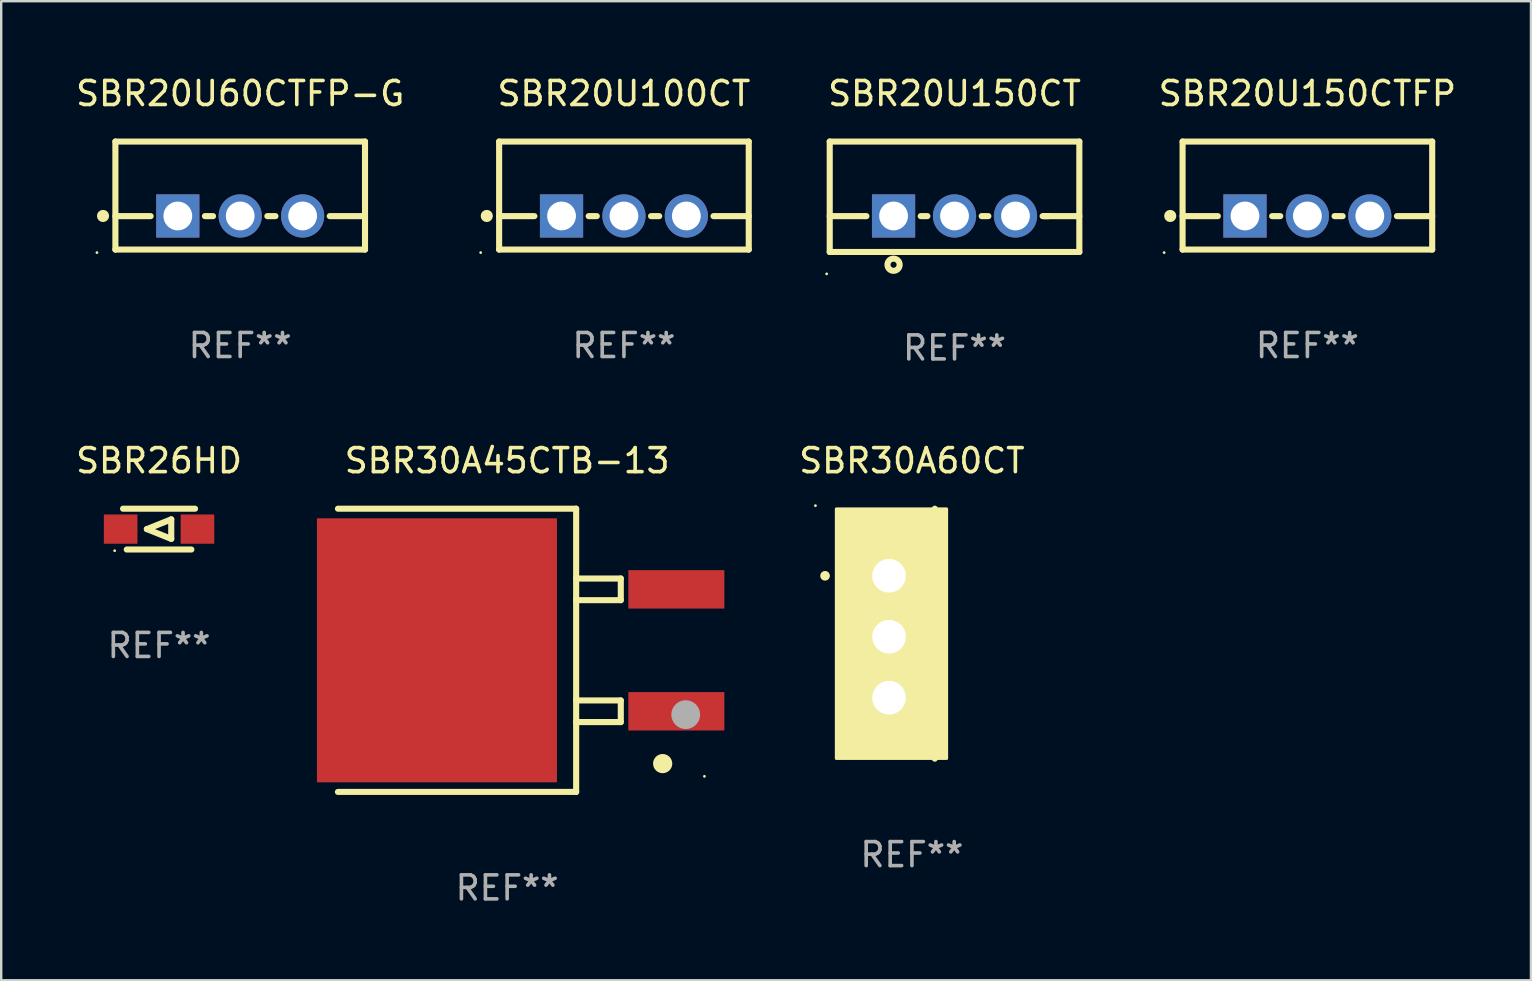
<source format=kicad_pcb>
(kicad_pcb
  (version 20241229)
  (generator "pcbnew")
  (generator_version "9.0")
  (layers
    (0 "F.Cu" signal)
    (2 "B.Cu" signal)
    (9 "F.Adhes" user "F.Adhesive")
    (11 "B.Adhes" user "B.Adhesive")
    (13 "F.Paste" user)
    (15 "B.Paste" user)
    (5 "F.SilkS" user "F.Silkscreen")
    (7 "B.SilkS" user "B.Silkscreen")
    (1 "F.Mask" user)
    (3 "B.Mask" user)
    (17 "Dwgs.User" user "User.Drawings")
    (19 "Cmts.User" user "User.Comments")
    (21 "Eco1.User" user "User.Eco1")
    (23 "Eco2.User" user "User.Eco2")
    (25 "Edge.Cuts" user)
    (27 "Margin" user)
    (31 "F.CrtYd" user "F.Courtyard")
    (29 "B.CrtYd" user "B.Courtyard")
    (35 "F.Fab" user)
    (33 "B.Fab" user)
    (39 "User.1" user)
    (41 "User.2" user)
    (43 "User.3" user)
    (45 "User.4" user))
  (footprint "SBR30A45CTB-13"
    (layer "F.Cu")
    (at 18.08 24.045)
    (property "Reference" "SBR30A45CTB-13" (at 0 -7.9 0) (layer "F.SilkS") (effects (font (size 1 1) (thickness 0.15))))
    (attr through_hole)
    (fp_line (start -7.05 5.9) (end 2.875 5.9) (stroke (width 0.254) (type solid)) (layer "F.SilkS"))
    (fp_line (start 2.875 -5.9) (end -7.05 -5.9) (stroke (width 0.254) (type solid)) (layer "F.SilkS"))
    (fp_line (start 2.875 -5.9) (end 2.875 5.9) (stroke (width 0.254) (type solid)) (layer "F.SilkS"))
    (fp_line (start 2.875 -2.991) (end 4.735 -2.991) (stroke (width 0.254) (type solid)) (layer "F.SilkS"))
    (fp_line (start 2.875 2.089) (end 4.735 2.089) (stroke (width 0.254) (type solid)) (layer "F.SilkS"))
    (fp_line (start 4.735 -2.991) (end 4.735 -2.09) (stroke (width 0.254) (type solid)) (layer "F.SilkS"))
    (fp_line (start 4.735 -2.09) (end 2.875 -2.09) (stroke (width 0.254) (type solid)) (layer "F.SilkS"))
    (fp_line (start 4.735 2.089) (end 4.735 2.99) (stroke (width 0.254) (type solid)) (layer "F.SilkS"))
    (fp_line (start 4.735 2.99) (end 2.875 2.99) (stroke (width 0.254) (type solid)) (layer "F.SilkS"))
    (fp_circle (center 6.48 4.72) (end 6.68 4.72) (stroke (width 0.4) (type solid)) (fill no) (layer "F.SilkS"))
    (fp_circle (center 8.22 5.25) (end 8.25 5.25) (stroke (width 0.06) (type solid)) (fill no) (layer "F.SilkS"))
    (fp_circle (center 7.44 2.68) (end 7.74 2.68) (stroke (width 0.6) (type solid)) (fill no) (layer "F.Fab"))
    (fp_text user "REF**" (at 0 9.9 0) (layer "F.Fab") (effects (font (size 1 1) (thickness 0.15))))
    (pad "1" smd rect (at 7.05 2.54) (size 4 1.6) (layers "F.Cu" "F.Mask" "F.Paste"))
    (pad "2" smd rect (at 7.05 -2.54) (size 4 1.6) (layers "F.Cu" "F.Mask" "F.Paste"))
    (pad "3" smd rect (at -2.925 0.000102) (size 10 11) (layers "F.Cu" "F.Mask" "F.Paste")))
  (footprint "SBR26HD"
    (layer "F.Cu")
    (at 3.577 18.995)
    (property "Reference" "SBR26HD" (at 0 -2.85 0) (layer "F.SilkS") (effects (font (size 1 1) (thickness 0.15))))
    (attr through_hole)
    (fp_line (start -1.346 0.85) (end 1.346 0.85) (stroke (width 0.254) (type solid)) (layer "F.SilkS"))
    (fp_line (start -0.508 0) (end 0.508 -0.406) (stroke (width 0.254) (type solid)) (layer "F.SilkS"))
    (fp_line (start 0.508 -0.406) (end 0.508 0.406) (stroke (width 0.254) (type solid)) (layer "F.SilkS"))
    (fp_line (start 0.508 0.406) (end -0.508 0) (stroke (width 0.254) (type solid)) (layer "F.SilkS"))
    (fp_line (start 1.5 -0.85) (end -1.5 -0.85) (stroke (width 0.254) (type solid)) (layer "F.SilkS"))
    (fp_circle (center -1.85 0.9) (end -1.82 0.9) (stroke (width 0.06) (type solid)) (fill no) (layer "F.SilkS"))
    (fp_text user "REF**" (at 0 4.85 0) (layer "F.Fab") (effects (font (size 1 1) (thickness 0.15))))
    (pad "1" smd rect (at -1.6 0) (size 1.4 1.219) (layers "F.Cu" "F.Mask" "F.Paste"))
    (pad "2" smd rect (at 1.6 0) (size 1.4 1.219) (layers "F.Cu" "F.Mask" "F.Paste")))
  (footprint "SBR20U150CTFP"
    (layer "F.Cu")
    (at 51.422 5.098)
    (property "Reference" "SBR20U150CTFP" (at 0 -4.25 0) (layer "F.SilkS") (effects (font (size 1 1) (thickness 0.15))))
    (attr through_hole)
    (fp_line (start -5.2 -2.25) (end -5.2 2.25) (stroke (width 0.254) (type solid)) (layer "F.SilkS"))
    (fp_line (start -5.2 -2.25) (end 5.2 -2.25) (stroke (width 0.254) (type solid)) (layer "F.SilkS"))
    (fp_line (start -5.2 0.857) (end -3.731 0.857) (stroke (width 0.254) (type solid)) (layer "F.SilkS"))
    (fp_line (start -5.2 2.25) (end 5.2 2.25) (stroke (width 0.254) (type solid)) (layer "F.SilkS"))
    (fp_line (start -1.469 0.857) (end -1.131 0.857) (stroke (width 0.254) (type solid)) (layer "F.SilkS"))
    (fp_line (start 1.131 0.857) (end 1.469 0.857) (stroke (width 0.254) (type solid)) (layer "F.SilkS"))
    (fp_line (start 3.731 0.857) (end 5.2 0.857) (stroke (width 0.254) (type solid)) (layer "F.SilkS"))
    (fp_line (start 5.2 -2.25) (end 5.2 2.25) (stroke (width 0.254) (type solid)) (layer "F.SilkS"))
    (fp_circle (center -5.969 2.377) (end -5.939 2.377) (stroke (width 0.06) (type solid)) (fill no) (layer "F.SilkS"))
    (fp_circle (center -5.715 0.85) (end -5.588 0.85) (stroke (width 0.254) (type solid)) (fill no) (layer "F.SilkS"))
    (fp_text user "REF**" (at 0 6.25 0) (layer "F.Fab") (effects (font (size 1 1) (thickness 0.15))))
    (pad "1" thru_hole rect (at -2.6 0.85) (size 1.8 1.8) (drill 1.2) (layers "*.Cu" "*.Mask"))
    (pad "2" thru_hole circle (at 0 0.85) (size 1.8 1.8) (drill 1.2) (layers "*.Cu" "*.Mask"))
    (pad "3" thru_hole circle (at 2.6 0.85) (size 1.8 1.8) (drill 1.2) (layers "*.Cu" "*.Mask")))
  (footprint "SBR30A60CT"
    (layer "F.Cu")
    (at 34.945 23.352)
    (property "Reference" "SBR30A60CT" (at 0 -7.207 0) (layer "F.SilkS") (effects (font (size 1 1) (thickness 0.15))))
    (attr through_hole)
    (fp_line (start 0.953 5.207) (end 0.953 -5.207) (stroke (width 0.254) (type solid)) (layer "F.SilkS"))
    (fp_arc (start -3.619507 -2.410465) (mid -3.619511 -2.411735) (end -3.619507 -2.413005) (stroke (width 0.4) (type solid)) (layer "F.SilkS"))
    (fp_circle (center -4.02 -5.334) (end -3.99 -5.334) (stroke (width 0.06) (type solid)) (fill no) (layer "F.SilkS"))
    (fp_poly (pts (xy -3.152 -5.2) (xy 1.448 -5.2) (xy 1.448 5.2) (xy -3.152 5.2)) (stroke (width 0.12) (type solid)) (fill yes) (layer "F.SilkS"))
    (fp_text user "REF**" (at 0 9.207 0) (layer "F.Fab") (effects (font (size 1 1) (thickness 0.15))))
    (pad "1" thru_hole rect (at -0.953 -2.413 270) (size 2 2.5) (drill 1.4) (layers "*.Cu" "*.Mask"))
    (pad "2" thru_hole oval (at -0.953 0.127 270) (size 2 2.5) (drill 1.4) (layers "*.Cu" "*.Mask"))
    (pad "3" thru_hole oval (at -0.953 2.667 270) (size 2 2.5) (drill 1.4) (layers "*.Cu" "*.Mask")))
  (footprint "SBR20U150CT"
    (layer "F.Cu")
    (at 36.72 5.148)
    (property "Reference" "SBR20U150CT" (at 0 -4.3 0) (layer "F.SilkS") (effects (font (size 1 1) (thickness 0.15))))
    (attr through_hole)
    (fp_line (start -5.2 -2.3) (end -5.2 2.3) (stroke (width 0.254) (type solid)) (layer "F.SilkS"))
    (fp_line (start -5.2 -2.3) (end 5.2 -2.3) (stroke (width 0.254) (type solid)) (layer "F.SilkS"))
    (fp_line (start -5.2 0.807) (end -3.731 0.807) (stroke (width 0.254) (type solid)) (layer "F.SilkS"))
    (fp_line (start -5.2 2.3) (end 5.2 2.3) (stroke (width 0.254) (type solid)) (layer "F.SilkS"))
    (fp_line (start -3.731 0.807) (end -3.671 0.807) (stroke (width 0.254) (type solid)) (layer "F.SilkS"))
    (fp_line (start -1.409 0.807) (end -1.131 0.807) (stroke (width 0.254) (type solid)) (layer "F.SilkS"))
    (fp_line (start 1.131 0.807) (end 1.409 0.807) (stroke (width 0.254) (type solid)) (layer "F.SilkS"))
    (fp_line (start 3.671 0.807) (end 3.926 0.807) (stroke (width 0.254) (type solid)) (layer "F.SilkS"))
    (fp_line (start 3.731 0.807) (end 5.2 0.807) (stroke (width 0.254) (type solid)) (layer "F.SilkS"))
    (fp_line (start 5.2 -2.3) (end 5.2 2.3) (stroke (width 0.254) (type solid)) (layer "F.SilkS"))
    (fp_circle (center -5.327 3.213) (end -5.297 3.213) (stroke (width 0.06) (type solid)) (fill no) (layer "F.SilkS"))
    (fp_circle (center -2.54 2.832) (end -2.286 2.832) (stroke (width 0.254) (type solid)) (fill no) (layer "F.SilkS"))
    (fp_text user "REF**" (at 0 6.3 0) (layer "F.Fab") (effects (font (size 1 1) (thickness 0.15))))
    (pad "1" thru_hole rect (at -2.54 0.8) (size 1.8 1.8) (drill 1.2) (layers "*.Cu" "*.Mask"))
    (pad "2" thru_hole circle (at 0 0.8) (size 1.8 1.8) (drill 1.2) (layers "*.Cu" "*.Mask"))
    (pad "3" thru_hole circle (at 2.54 0.8) (size 1.8 1.8) (drill 1.2) (layers "*.Cu" "*.Mask")))
  (footprint "SBR20U60CTFP-G"
    (layer "F.Cu")
    (at 6.958 5.098)
    (property "Reference" "SBR20U60CTFP-G" (at 0 -4.25 0) (layer "F.SilkS") (effects (font (size 1 1) (thickness 0.15))))
    (attr through_hole)
    (fp_line (start -5.2 -2.25) (end -5.2 2.25) (stroke (width 0.254) (type solid)) (layer "F.SilkS"))
    (fp_line (start -5.2 -2.25) (end 5.2 -2.25) (stroke (width 0.254) (type solid)) (layer "F.SilkS"))
    (fp_line (start -5.2 0.857) (end -3.731 0.857) (stroke (width 0.254) (type solid)) (layer "F.SilkS"))
    (fp_line (start -5.2 2.25) (end 5.2 2.25) (stroke (width 0.254) (type solid)) (layer "F.SilkS"))
    (fp_line (start -1.469 0.857) (end -1.131 0.857) (stroke (width 0.254) (type solid)) (layer "F.SilkS"))
    (fp_line (start 1.131 0.857) (end 1.469 0.857) (stroke (width 0.254) (type solid)) (layer "F.SilkS"))
    (fp_line (start 3.731 0.857) (end 5.2 0.857) (stroke (width 0.254) (type solid)) (layer "F.SilkS"))
    (fp_line (start 5.2 -2.25) (end 5.2 2.25) (stroke (width 0.254) (type solid)) (layer "F.SilkS"))
    (fp_circle (center -5.969 2.377) (end -5.939 2.377) (stroke (width 0.06) (type solid)) (fill no) (layer "F.SilkS"))
    (fp_circle (center -5.715 0.85) (end -5.588 0.85) (stroke (width 0.254) (type solid)) (fill no) (layer "F.SilkS"))
    (fp_text user "REF**" (at 0 6.25 0) (layer "F.Fab") (effects (font (size 1 1) (thickness 0.15))))
    (pad "1" thru_hole rect (at -2.6 0.85) (size 1.8 1.8) (drill 1.2) (layers "*.Cu" "*.Mask"))
    (pad "2" thru_hole circle (at 0 0.85) (size 1.8 1.8) (drill 1.2) (layers "*.Cu" "*.Mask"))
    (pad "3" thru_hole circle (at 2.6 0.85) (size 1.8 1.8) (drill 1.2) (layers "*.Cu" "*.Mask")))
  (footprint "SBR20U100CT"
    (layer "F.Cu")
    (at 22.946 5.098)
    (property "Reference" "SBR20U100CT" (at 0 -4.25 0) (layer "F.SilkS") (effects (font (size 1 1) (thickness 0.15))))
    (attr through_hole)
    (fp_line (start -5.2 -2.25) (end -5.2 2.25) (stroke (width 0.254) (type solid)) (layer "F.SilkS"))
    (fp_line (start -5.2 -2.25) (end 5.2 -2.25) (stroke (width 0.254) (type solid)) (layer "F.SilkS"))
    (fp_line (start -5.2 0.857) (end -3.731 0.857) (stroke (width 0.254) (type solid)) (layer "F.SilkS"))
    (fp_line (start -5.2 2.25) (end 5.2 2.25) (stroke (width 0.254) (type solid)) (layer "F.SilkS"))
    (fp_line (start -1.469 0.857) (end -1.131 0.857) (stroke (width 0.254) (type solid)) (layer "F.SilkS"))
    (fp_line (start 1.131 0.857) (end 1.469 0.857) (stroke (width 0.254) (type solid)) (layer "F.SilkS"))
    (fp_line (start 3.731 0.857) (end 5.2 0.857) (stroke (width 0.254) (type solid)) (layer "F.SilkS"))
    (fp_line (start 5.2 -2.25) (end 5.2 2.25) (stroke (width 0.254) (type solid)) (layer "F.SilkS"))
    (fp_circle (center -5.969 2.377) (end -5.939 2.377) (stroke (width 0.06) (type solid)) (fill no) (layer "F.SilkS"))
    (fp_circle (center -5.715 0.85) (end -5.588 0.85) (stroke (width 0.254) (type solid)) (fill no) (layer "F.SilkS"))
    (fp_text user "REF**" (at 0 6.25 0) (layer "F.Fab") (effects (font (size 1 1) (thickness 0.15))))
    (pad "1" thru_hole rect (at -2.6 0.85) (size 1.8 1.8) (drill 1.2) (layers "*.Cu" "*.Mask"))
    (pad "2" thru_hole circle (at 0 0.85) (size 1.8 1.8) (drill 1.2) (layers "*.Cu" "*.Mask"))
    (pad "3" thru_hole circle (at 2.6 0.85) (size 1.8 1.8) (drill 1.2) (layers "*.Cu" "*.Mask")))
  (gr_rect
    (start -3 -3)
    (end 60.737 37.793)
    (stroke (width 0.1) (type default))
    (fill no)
    (layer "Edge.Cuts")))
</source>
